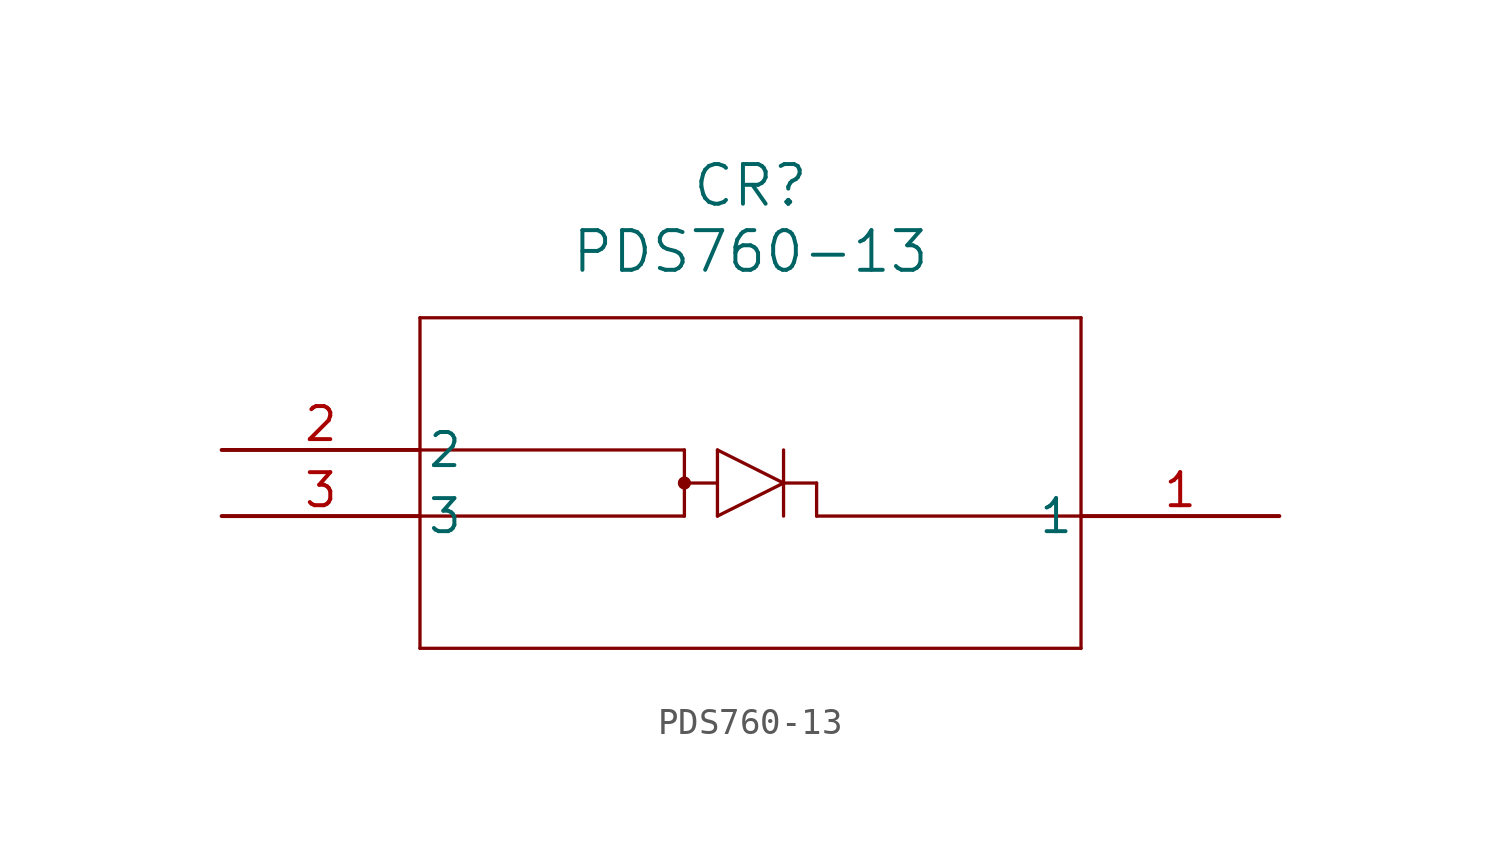
<source format=kicad_sym>
(kicad_symbol_lib
  (version 20211014)
  (generator kicad_symbol_editor)
  (symbol "PDS760-13"
    (pin_names
      (offset 0.254))
    (property "Reference" "CR"
      (at 20.32 10.16 0)
      (effects (font (size 1.524 1.524))))
    (property "Value" "PDS760-13"
      (at 20.32 7.62 0)
      (effects (font (size 1.524 1.524))))
    (symbol "PDS760-13_0_1"
      (polyline (pts (xy 7.62 5.08) (xy 7.62 -7.62)) (stroke (width 0.127) (type default) (color 0 0 0 0)) (fill (type none)))
      (polyline (pts (xy 7.62 -7.62) (xy 33.02 -7.62)) (stroke (width 0.127) (type default) (color 0 0 0 0)) (fill (type none)))
      (polyline (pts (xy 33.02 -7.62) (xy 33.02 5.08)) (stroke (width 0.127) (type default) (color 0 0 0 0)) (fill (type none)))
      (polyline (pts (xy 33.02 5.08) (xy 7.62 5.08)) (stroke (width 0.127) (type default) (color 0 0 0 0)) (fill (type none)))
      (polyline (pts (xy 7.62 0) (xy 17.78 0)) (stroke (width 0.127) (type default) (color 0 0 0 0)) (fill (type none)))
      (polyline (pts (xy 7.62 -2.54) (xy 17.78 -2.54)) (stroke (width 0.127) (type default) (color 0 0 0 0)) (fill (type none)))
      (polyline (pts (xy 17.78 -2.54) (xy 17.78 0)) (stroke (width 0.127) (type default) (color 0 0 0 0)) (fill (type none)))
      (polyline (pts (xy 22.86 -2.54) (xy 33.02 -2.54)) (stroke (width 0.127) (type default) (color 0 0 0 0)) (fill (type none)))
      (polyline (pts (xy 17.78 -1.27) (xy 19.05 -1.27)) (stroke (width 0.127) (type default) (color 0 0 0 0)) (fill (type none)))
      (polyline (pts (xy 22.86 -1.27) (xy 22.86 -2.54)) (stroke (width 0.127) (type default) (color 0 0 0 0)) (fill (type none)))
      (polyline (pts (xy 22.86 -1.27) (xy 21.59 -1.27)) (stroke (width 0.127) (type default) (color 0 0 0 0)) (fill (type none)))
      (polyline (pts (xy 19.05 0) (xy 19.05 -2.54)) (stroke (width 0.127) (type default) (color 0 0 0 0)) (fill (type none)))
      (polyline (pts (xy 19.05 -2.54) (xy 21.59 -1.27)) (stroke (width 0.127) (type default) (color 0 0 0 0)) (fill (type none)))
      (polyline (pts (xy 21.59 -1.27) (xy 19.05 0)) (stroke (width 0.127) (type default) (color 0 0 0 0)) (fill (type none)))
      (polyline (pts (xy 21.59 0) (xy 21.59 -2.54)) (stroke (width 0.127) (type default) (color 0 0 0 0)) (fill (type none)))
      (circle (center 17.78 -1.27) (radius 0.127) (stroke (width 0.254) (type default) (color 0 0 0 0)) (fill (type none)))
      (pin unspecified line (at 40.64 -2.54 180) (length 7.62) (name "1" (effects (font (size 1.27 1.27)))) (number "1" (effects (font (size 1.27 1.27)))))
      (pin unspecified line (at 0 0 0) (length 7.62) (name "2" (effects (font (size 1.27 1.27)))) (number "2" (effects (font (size 1.27 1.27)))))
      (pin unspecified line (at 0 -2.54 0) (length 7.62) (name "3" (effects (font (size 1.27 1.27)))) (number "3" (effects (font (size 1.27 1.27))))))))
</source>
